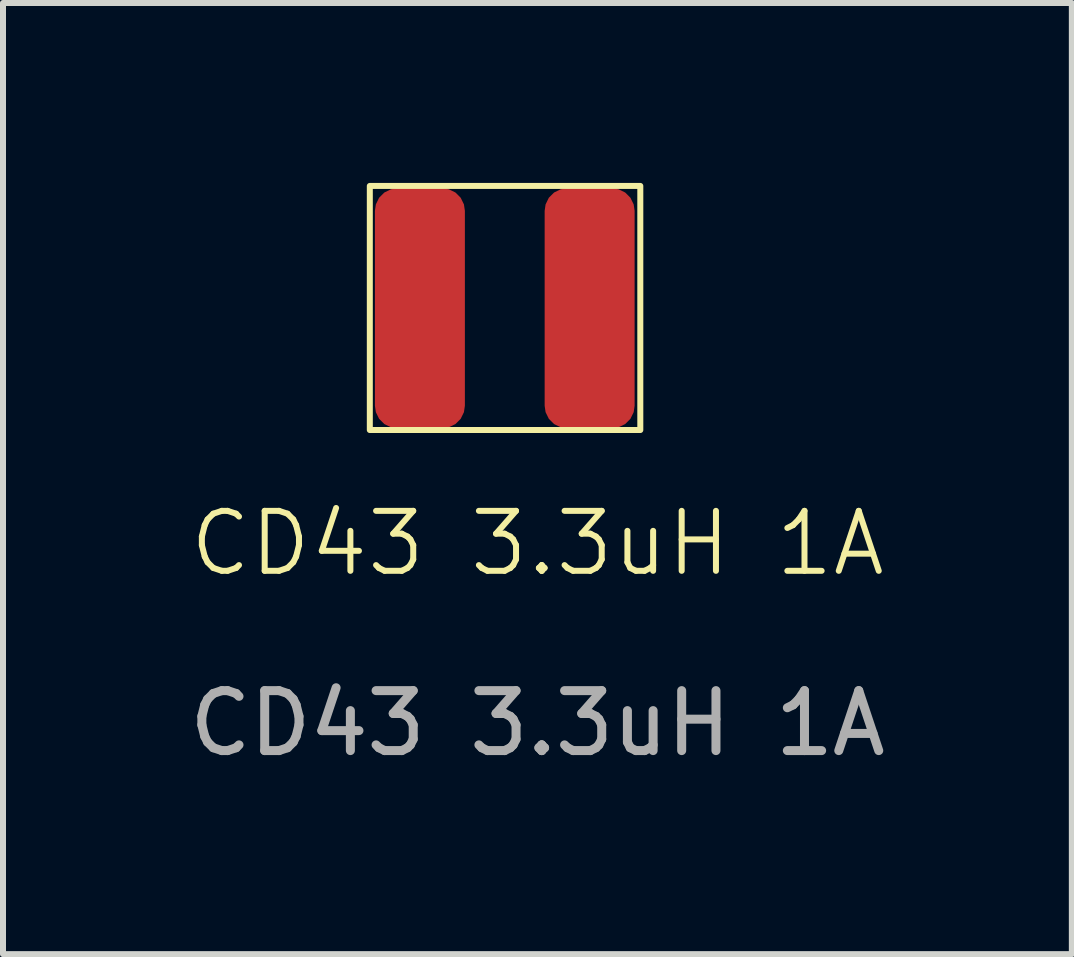
<source format=kicad_pcb>
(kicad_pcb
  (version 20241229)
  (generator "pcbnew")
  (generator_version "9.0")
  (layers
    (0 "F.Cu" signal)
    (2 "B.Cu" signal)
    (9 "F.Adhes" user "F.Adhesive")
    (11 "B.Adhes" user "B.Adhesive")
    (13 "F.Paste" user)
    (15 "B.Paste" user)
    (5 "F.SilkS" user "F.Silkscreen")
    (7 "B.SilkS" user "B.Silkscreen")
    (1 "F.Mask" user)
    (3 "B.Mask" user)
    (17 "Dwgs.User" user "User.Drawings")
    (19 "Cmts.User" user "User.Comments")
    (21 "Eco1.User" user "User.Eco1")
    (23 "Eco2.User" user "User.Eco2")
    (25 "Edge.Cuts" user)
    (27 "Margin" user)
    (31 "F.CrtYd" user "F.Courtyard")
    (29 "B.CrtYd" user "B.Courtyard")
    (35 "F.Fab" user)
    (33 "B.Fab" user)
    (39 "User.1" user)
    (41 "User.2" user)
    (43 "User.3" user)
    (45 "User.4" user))
  (footprint "CD43 3.3uH 1A"
    (layer "F.Cu")
    (at 5.911 6.51)
    (property "Reference" "CD43 3.3uH 1A" (at 0 -0.5 0) (unlocked yes) (layer "F.SilkS") (effects (font (size 1 1) (thickness 0.1))))
    (attr smd)
    (fp_rect (start -2.795 -6.46) (end 1.715 -2.39) (stroke (width 0.1) (type default)) (fill no) (layer "F.SilkS"))
    (fp_text user "${REFERENCE}" (at 0 2.5 0) (unlocked yes) (layer "F.Fab") (effects (font (size 1 1) (thickness 0.15))))
    (pad "1" smd roundrect (at -1.96 -4.42) (size 1.5 4) (layers "F.Cu" "F.Mask" "F.Paste") (roundrect_rratio 0.25))
    (pad "2" smd roundrect (at 0.87 -4.42) (size 1.5 4) (layers "F.Cu" "F.Mask" "F.Paste") (roundrect_rratio 0.25)))
  (gr_rect
    (start -3 -3)
    (end 14.821 12.858)
    (stroke (width 0.1) (type default))
    (fill no)
    (layer "Edge.Cuts")))
</source>
